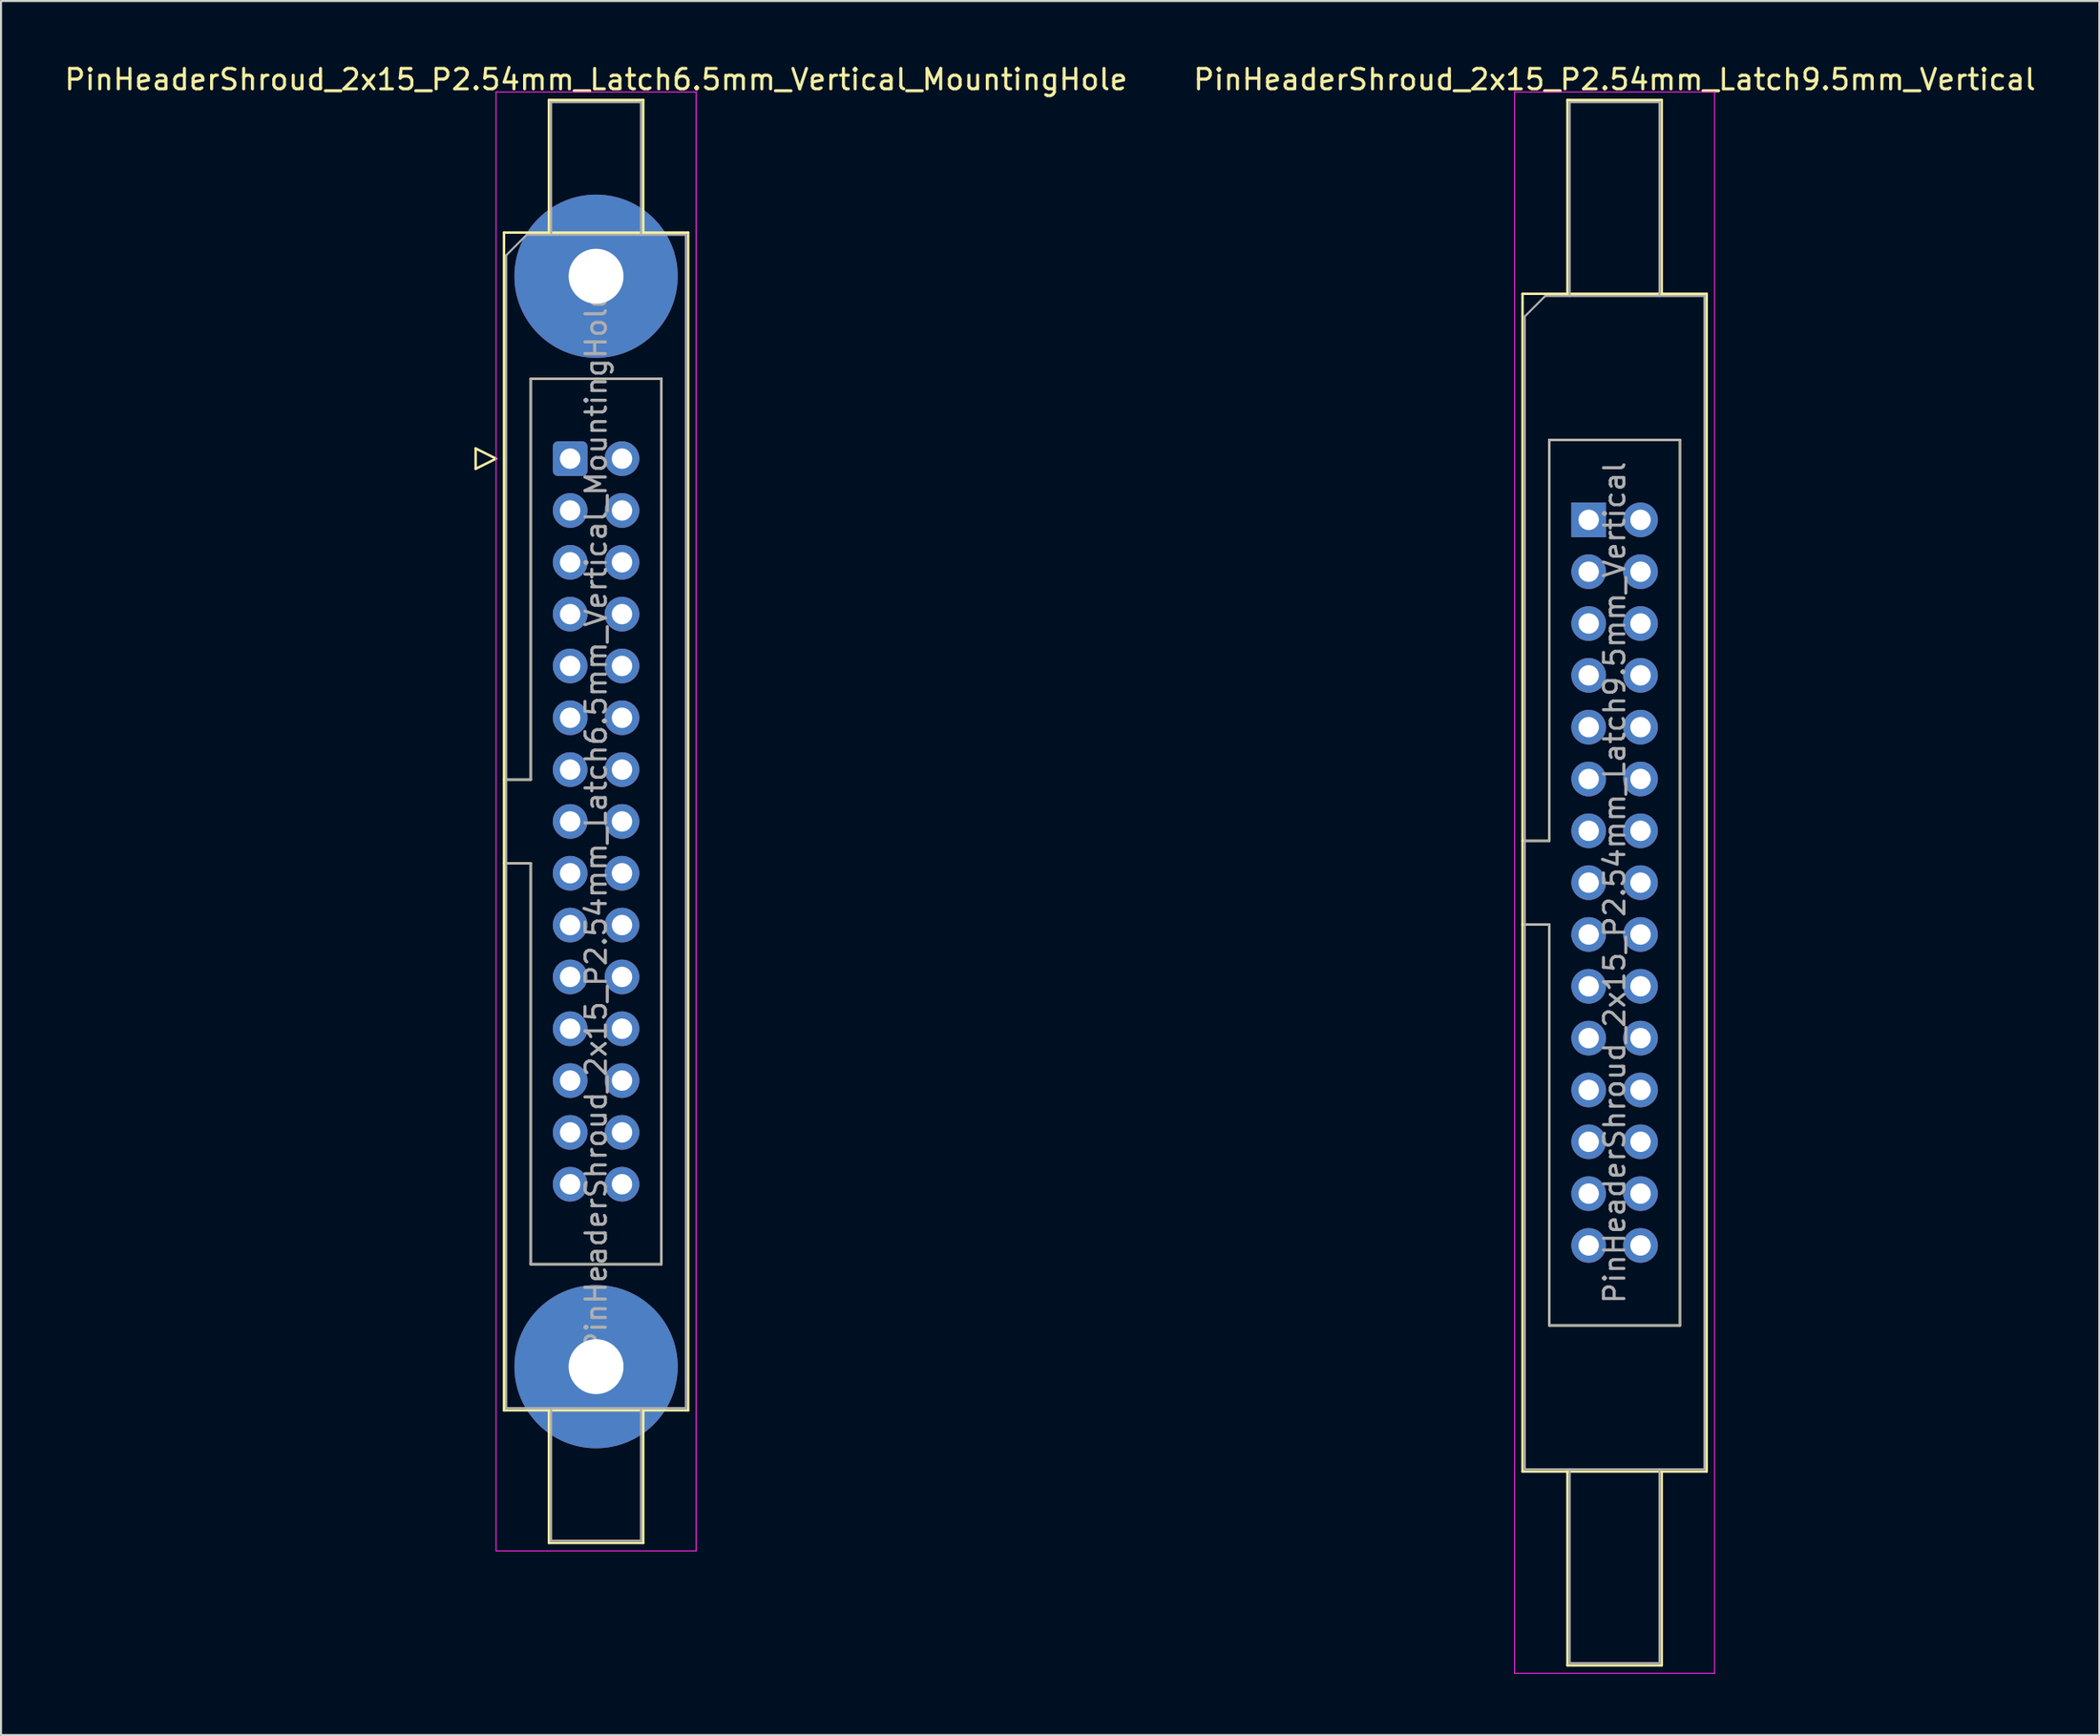
<source format=kicad_pcb>
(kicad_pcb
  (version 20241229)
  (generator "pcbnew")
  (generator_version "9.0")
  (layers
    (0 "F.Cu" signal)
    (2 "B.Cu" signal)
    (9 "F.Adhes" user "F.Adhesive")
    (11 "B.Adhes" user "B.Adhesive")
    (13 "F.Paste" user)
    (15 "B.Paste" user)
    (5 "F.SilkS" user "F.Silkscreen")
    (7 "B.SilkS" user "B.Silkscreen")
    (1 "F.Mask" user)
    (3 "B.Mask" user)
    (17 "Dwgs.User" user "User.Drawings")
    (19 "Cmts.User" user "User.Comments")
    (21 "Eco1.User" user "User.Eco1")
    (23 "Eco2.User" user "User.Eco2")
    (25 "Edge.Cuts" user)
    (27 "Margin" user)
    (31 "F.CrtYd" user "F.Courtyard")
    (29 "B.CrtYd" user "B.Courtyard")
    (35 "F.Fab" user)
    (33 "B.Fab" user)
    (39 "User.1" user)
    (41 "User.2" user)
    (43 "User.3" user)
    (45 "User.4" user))
  (footprint "PinHeaderShroud_2x15_P2.54mm_Latch6.5mm_Vertical_MountingHole"
    (layer "F.Cu")
    (at 24.879 19.428)
    (property "Reference" "PinHeaderShroud_2x15_P2.54mm_Latch6.5mm_Vertical_MountingHole" (at 1.27 -18.58 0) (layer "F.SilkS") (effects (font (size 1 1) (thickness 0.15))))
    (attr through_hole)
    (fp_line (start -4.63 -0.5) (end -4.63 0.5) (stroke (width 0.12) (type solid)) (layer "F.SilkS"))
    (fp_line (start -4.63 0.5) (end -3.63 0) (stroke (width 0.12) (type solid)) (layer "F.SilkS"))
    (fp_line (start -3.63 0) (end -4.63 -0.5) (stroke (width 0.12) (type solid)) (layer "F.SilkS"))
    (fp_line (start -3.24 -11.08) (end 5.78 -11.08) (stroke (width 0.12) (type solid)) (layer "F.SilkS"))
    (fp_line (start -3.24 15.73) (end -1.93 15.73) (stroke (width 0.12) (type solid)) (layer "F.SilkS"))
    (fp_line (start -3.24 19.83) (end -1.93 19.83) (stroke (width 0.12) (type solid)) (layer "F.SilkS"))
    (fp_line (start -3.24 46.64) (end -3.24 -11.08) (stroke (width 0.12) (type solid)) (layer "F.SilkS"))
    (fp_line (start -1.93 -3.92) (end 4.47 -3.92) (stroke (width 0.12) (type solid)) (layer "F.SilkS"))
    (fp_line (start -1.93 15.73) (end -1.93 -3.92) (stroke (width 0.12) (type solid)) (layer "F.SilkS"))
    (fp_line (start -1.93 39.48) (end -1.93 19.83) (stroke (width 0.12) (type solid)) (layer "F.SilkS"))
    (fp_line (start -1.04 -17.58) (end 3.58 -17.58) (stroke (width 0.12) (type solid)) (layer "F.SilkS"))
    (fp_line (start -1.04 -11.08) (end -1.04 -17.58) (stroke (width 0.12) (type solid)) (layer "F.SilkS"))
    (fp_line (start -1.04 46.64) (end -1.04 53.14) (stroke (width 0.12) (type solid)) (layer "F.SilkS"))
    (fp_line (start -1.04 53.14) (end 3.58 53.14) (stroke (width 0.12) (type solid)) (layer "F.SilkS"))
    (fp_line (start 3.58 -17.58) (end 3.58 -11.08) (stroke (width 0.12) (type solid)) (layer "F.SilkS"))
    (fp_line (start 3.58 53.14) (end 3.58 46.64) (stroke (width 0.12) (type solid)) (layer "F.SilkS"))
    (fp_line (start 4.47 -3.92) (end 4.47 39.48) (stroke (width 0.12) (type solid)) (layer "F.SilkS"))
    (fp_line (start 4.47 39.48) (end -1.93 39.48) (stroke (width 0.12) (type solid)) (layer "F.SilkS"))
    (fp_line (start 5.78 -11.08) (end 5.78 46.64) (stroke (width 0.12) (type solid)) (layer "F.SilkS"))
    (fp_line (start 5.78 46.64) (end -3.24 46.64) (stroke (width 0.12) (type solid)) (layer "F.SilkS"))
    (fp_line (start -3.63 -17.97) (end -3.63 53.53) (stroke (width 0.05) (type solid)) (layer "F.CrtYd"))
    (fp_line (start -3.63 53.53) (end 6.17 53.53) (stroke (width 0.05) (type solid)) (layer "F.CrtYd"))
    (fp_line (start 6.17 -17.97) (end -3.63 -17.97) (stroke (width 0.05) (type solid)) (layer "F.CrtYd"))
    (fp_line (start 6.17 53.53) (end 6.17 -17.97) (stroke (width 0.05) (type solid)) (layer "F.CrtYd"))
    (fp_line (start -3.13 -9.97) (end -2.13 -10.97) (stroke (width 0.1) (type solid)) (layer "F.Fab"))
    (fp_line (start -3.13 15.73) (end -1.93 15.73) (stroke (width 0.1) (type solid)) (layer "F.Fab"))
    (fp_line (start -3.13 19.83) (end -1.93 19.83) (stroke (width 0.1) (type solid)) (layer "F.Fab"))
    (fp_line (start -3.13 46.53) (end -3.13 -9.97) (stroke (width 0.1) (type solid)) (layer "F.Fab"))
    (fp_line (start -2.13 -10.97) (end 5.67 -10.97) (stroke (width 0.1) (type solid)) (layer "F.Fab"))
    (fp_line (start -1.93 -3.92) (end 4.47 -3.92) (stroke (width 0.1) (type solid)) (layer "F.Fab"))
    (fp_line (start -1.93 15.73) (end -1.93 -3.92) (stroke (width 0.1) (type solid)) (layer "F.Fab"))
    (fp_line (start -1.93 39.48) (end -1.93 19.83) (stroke (width 0.1) (type solid)) (layer "F.Fab"))
    (fp_line (start -0.93 -17.47) (end 3.47 -17.47) (stroke (width 0.1) (type solid)) (layer "F.Fab"))
    (fp_line (start -0.93 -10.97) (end -0.93 -17.47) (stroke (width 0.1) (type solid)) (layer "F.Fab"))
    (fp_line (start -0.93 46.53) (end -0.93 53.03) (stroke (width 0.1) (type solid)) (layer "F.Fab"))
    (fp_line (start -0.93 53.03) (end 3.47 53.03) (stroke (width 0.1) (type solid)) (layer "F.Fab"))
    (fp_line (start 3.47 -17.47) (end 3.47 -10.97) (stroke (width 0.1) (type solid)) (layer "F.Fab"))
    (fp_line (start 3.47 53.03) (end 3.47 46.53) (stroke (width 0.1) (type solid)) (layer "F.Fab"))
    (fp_line (start 4.47 -3.92) (end 4.47 39.48) (stroke (width 0.1) (type solid)) (layer "F.Fab"))
    (fp_line (start 4.47 39.48) (end -1.93 39.48) (stroke (width 0.1) (type solid)) (layer "F.Fab"))
    (fp_line (start 5.67 -10.97) (end 5.67 46.53) (stroke (width 0.1) (type solid)) (layer "F.Fab"))
    (fp_line (start 5.67 46.53) (end -3.13 46.53) (stroke (width 0.1) (type solid)) (layer "F.Fab"))
    (fp_text user "${REFERENCE}" (at 1.27 17.78 90) (layer "F.Fab") (effects (font (size 1 1) (thickness 0.15))))
    (pad "" thru_hole circle (at 1.27 -8.94) (size 8 8) (drill 2.69) (layers "*.Cu" "*.Mask"))
    (pad "" thru_hole circle (at 1.27 44.5) (size 8 8) (drill 2.69) (layers "*.Cu" "*.Mask"))
    (pad "1" thru_hole roundrect (at 0 0) (size 1.7 1.7) (drill 1) (layers "*.Cu" "*.Mask") (roundrect_rratio 0.147))
    (pad "2" thru_hole circle (at 2.54 0) (size 1.7 1.7) (drill 1) (layers "*.Cu" "*.Mask"))
    (pad "3" thru_hole circle (at 0 2.54) (size 1.7 1.7) (drill 1) (layers "*.Cu" "*.Mask"))
    (pad "4" thru_hole circle (at 2.54 2.54) (size 1.7 1.7) (drill 1) (layers "*.Cu" "*.Mask"))
    (pad "5" thru_hole circle (at 0 5.08) (size 1.7 1.7) (drill 1) (layers "*.Cu" "*.Mask"))
    (pad "6" thru_hole circle (at 2.54 5.08) (size 1.7 1.7) (drill 1) (layers "*.Cu" "*.Mask"))
    (pad "7" thru_hole circle (at 0 7.62) (size 1.7 1.7) (drill 1) (layers "*.Cu" "*.Mask"))
    (pad "8" thru_hole circle (at 2.54 7.62) (size 1.7 1.7) (drill 1) (layers "*.Cu" "*.Mask"))
    (pad "9" thru_hole circle (at 0 10.16) (size 1.7 1.7) (drill 1) (layers "*.Cu" "*.Mask"))
    (pad "10" thru_hole circle (at 2.54 10.16) (size 1.7 1.7) (drill 1) (layers "*.Cu" "*.Mask"))
    (pad "11" thru_hole circle (at 0 12.7) (size 1.7 1.7) (drill 1) (layers "*.Cu" "*.Mask"))
    (pad "12" thru_hole circle (at 2.54 12.7) (size 1.7 1.7) (drill 1) (layers "*.Cu" "*.Mask"))
    (pad "13" thru_hole circle (at 0 15.24) (size 1.7 1.7) (drill 1) (layers "*.Cu" "*.Mask"))
    (pad "14" thru_hole circle (at 2.54 15.24) (size 1.7 1.7) (drill 1) (layers "*.Cu" "*.Mask"))
    (pad "15" thru_hole circle (at 0 17.78) (size 1.7 1.7) (drill 1) (layers "*.Cu" "*.Mask"))
    (pad "16" thru_hole circle (at 2.54 17.78) (size 1.7 1.7) (drill 1) (layers "*.Cu" "*.Mask"))
    (pad "17" thru_hole circle (at 0 20.32) (size 1.7 1.7) (drill 1) (layers "*.Cu" "*.Mask"))
    (pad "18" thru_hole circle (at 2.54 20.32) (size 1.7 1.7) (drill 1) (layers "*.Cu" "*.Mask"))
    (pad "19" thru_hole circle (at 0 22.86) (size 1.7 1.7) (drill 1) (layers "*.Cu" "*.Mask"))
    (pad "20" thru_hole circle (at 2.54 22.86) (size 1.7 1.7) (drill 1) (layers "*.Cu" "*.Mask"))
    (pad "21" thru_hole circle (at 0 25.4) (size 1.7 1.7) (drill 1) (layers "*.Cu" "*.Mask"))
    (pad "22" thru_hole circle (at 2.54 25.4) (size 1.7 1.7) (drill 1) (layers "*.Cu" "*.Mask"))
    (pad "23" thru_hole circle (at 0 27.94) (size 1.7 1.7) (drill 1) (layers "*.Cu" "*.Mask"))
    (pad "24" thru_hole circle (at 2.54 27.94) (size 1.7 1.7) (drill 1) (layers "*.Cu" "*.Mask"))
    (pad "25" thru_hole circle (at 0 30.48) (size 1.7 1.7) (drill 1) (layers "*.Cu" "*.Mask"))
    (pad "26" thru_hole circle (at 2.54 30.48) (size 1.7 1.7) (drill 1) (layers "*.Cu" "*.Mask"))
    (pad "27" thru_hole circle (at 0 33.02) (size 1.7 1.7) (drill 1) (layers "*.Cu" "*.Mask"))
    (pad "28" thru_hole circle (at 2.54 33.02) (size 1.7 1.7) (drill 1) (layers "*.Cu" "*.Mask"))
    (pad "29" thru_hole circle (at 0 35.56) (size 1.7 1.7) (drill 1) (layers "*.Cu" "*.Mask"))
    (pad "30" thru_hole circle (at 2.54 35.56) (size 1.7 1.7) (drill 1) (layers "*.Cu" "*.Mask")))
  (footprint "PinHeaderShroud_2x15_P2.54mm_Latch9.5mm_Vertical"
    (layer "F.Cu")
    (at 74.772 22.428)
    (property "Reference" "PinHeaderShroud_2x15_P2.54mm_Latch9.5mm_Vertical" (at 1.27 -21.58 0) (layer "F.SilkS") (effects (font (size 1 1) (thickness 0.15))))
    (attr through_hole)
    (fp_line (start -3.24 -11.08) (end 5.78 -11.08) (stroke (width 0.12) (type solid)) (layer "F.SilkS"))
    (fp_line (start -3.24 15.73) (end -1.93 15.73) (stroke (width 0.12) (type solid)) (layer "F.SilkS"))
    (fp_line (start -3.24 19.83) (end -1.93 19.83) (stroke (width 0.12) (type solid)) (layer "F.SilkS"))
    (fp_line (start -3.24 46.64) (end -3.24 -11.08) (stroke (width 0.12) (type solid)) (layer "F.SilkS"))
    (fp_line (start -1.93 -3.92) (end 4.47 -3.92) (stroke (width 0.12) (type solid)) (layer "F.SilkS"))
    (fp_line (start -1.93 15.73) (end -1.93 -3.92) (stroke (width 0.12) (type solid)) (layer "F.SilkS"))
    (fp_line (start -1.93 39.48) (end -1.93 19.83) (stroke (width 0.12) (type solid)) (layer "F.SilkS"))
    (fp_line (start -1.04 -20.58) (end 3.58 -20.58) (stroke (width 0.12) (type solid)) (layer "F.SilkS"))
    (fp_line (start -1.04 -11.08) (end -1.04 -20.58) (stroke (width 0.12) (type solid)) (layer "F.SilkS"))
    (fp_line (start -1.04 46.64) (end -1.04 56.14) (stroke (width 0.12) (type solid)) (layer "F.SilkS"))
    (fp_line (start -1.04 56.14) (end 3.58 56.14) (stroke (width 0.12) (type solid)) (layer "F.SilkS"))
    (fp_line (start 3.58 -20.58) (end 3.58 -11.08) (stroke (width 0.12) (type solid)) (layer "F.SilkS"))
    (fp_line (start 3.58 56.14) (end 3.58 46.64) (stroke (width 0.12) (type solid)) (layer "F.SilkS"))
    (fp_line (start 4.47 -3.92) (end 4.47 39.48) (stroke (width 0.12) (type solid)) (layer "F.SilkS"))
    (fp_line (start 4.47 39.48) (end -1.93 39.48) (stroke (width 0.12) (type solid)) (layer "F.SilkS"))
    (fp_line (start 5.78 -11.08) (end 5.78 46.64) (stroke (width 0.12) (type solid)) (layer "F.SilkS"))
    (fp_line (start 5.78 46.64) (end -3.24 46.64) (stroke (width 0.12) (type solid)) (layer "F.SilkS"))
    (fp_line (start -3.63 -20.97) (end -3.63 56.53) (stroke (width 0.05) (type solid)) (layer "F.CrtYd"))
    (fp_line (start -3.63 56.53) (end 6.17 56.53) (stroke (width 0.05) (type solid)) (layer "F.CrtYd"))
    (fp_line (start 6.17 -20.97) (end -3.63 -20.97) (stroke (width 0.05) (type solid)) (layer "F.CrtYd"))
    (fp_line (start 6.17 56.53) (end 6.17 -20.97) (stroke (width 0.05) (type solid)) (layer "F.CrtYd"))
    (fp_line (start -3.13 -9.97) (end -2.13 -10.97) (stroke (width 0.1) (type solid)) (layer "F.Fab"))
    (fp_line (start -3.13 15.73) (end -1.93 15.73) (stroke (width 0.1) (type solid)) (layer "F.Fab"))
    (fp_line (start -3.13 19.83) (end -1.93 19.83) (stroke (width 0.1) (type solid)) (layer "F.Fab"))
    (fp_line (start -3.13 46.53) (end -3.13 -9.97) (stroke (width 0.1) (type solid)) (layer "F.Fab"))
    (fp_line (start -2.13 -10.97) (end 5.67 -10.97) (stroke (width 0.1) (type solid)) (layer "F.Fab"))
    (fp_line (start -1.93 -3.92) (end 4.47 -3.92) (stroke (width 0.1) (type solid)) (layer "F.Fab"))
    (fp_line (start -1.93 15.73) (end -1.93 -3.92) (stroke (width 0.1) (type solid)) (layer "F.Fab"))
    (fp_line (start -1.93 39.48) (end -1.93 19.83) (stroke (width 0.1) (type solid)) (layer "F.Fab"))
    (fp_line (start -0.93 -20.47) (end 3.47 -20.47) (stroke (width 0.1) (type solid)) (layer "F.Fab"))
    (fp_line (start -0.93 -10.97) (end -0.93 -20.47) (stroke (width 0.1) (type solid)) (layer "F.Fab"))
    (fp_line (start -0.93 46.53) (end -0.93 56.03) (stroke (width 0.1) (type solid)) (layer "F.Fab"))
    (fp_line (start -0.93 56.03) (end 3.47 56.03) (stroke (width 0.1) (type solid)) (layer "F.Fab"))
    (fp_line (start 3.47 -20.47) (end 3.47 -10.97) (stroke (width 0.1) (type solid)) (layer "F.Fab"))
    (fp_line (start 3.47 56.03) (end 3.47 46.53) (stroke (width 0.1) (type solid)) (layer "F.Fab"))
    (fp_line (start 4.47 -3.92) (end 4.47 39.48) (stroke (width 0.1) (type solid)) (layer "F.Fab"))
    (fp_line (start 4.47 39.48) (end -1.93 39.48) (stroke (width 0.1) (type solid)) (layer "F.Fab"))
    (fp_line (start 5.67 -10.97) (end 5.67 46.53) (stroke (width 0.1) (type solid)) (layer "F.Fab"))
    (fp_line (start 5.67 46.53) (end -3.13 46.53) (stroke (width 0.1) (type solid)) (layer "F.Fab"))
    (fp_text user "${REFERENCE}" (at 1.27 17.78 90) (layer "F.Fab") (effects (font (size 1 1) (thickness 0.15))))
    (pad "1" thru_hole rect (at 0 0) (size 1.7 1.7) (drill 1) (layers "*.Cu" "*.Mask"))
    (pad "2" thru_hole circle (at 2.54 0) (size 1.7 1.7) (drill 1) (layers "*.Cu" "*.Mask"))
    (pad "3" thru_hole circle (at 0 2.54) (size 1.7 1.7) (drill 1) (layers "*.Cu" "*.Mask"))
    (pad "4" thru_hole circle (at 2.54 2.54) (size 1.7 1.7) (drill 1) (layers "*.Cu" "*.Mask"))
    (pad "5" thru_hole circle (at 0 5.08) (size 1.7 1.7) (drill 1) (layers "*.Cu" "*.Mask"))
    (pad "6" thru_hole circle (at 2.54 5.08) (size 1.7 1.7) (drill 1) (layers "*.Cu" "*.Mask"))
    (pad "7" thru_hole circle (at 0 7.62) (size 1.7 1.7) (drill 1) (layers "*.Cu" "*.Mask"))
    (pad "8" thru_hole circle (at 2.54 7.62) (size 1.7 1.7) (drill 1) (layers "*.Cu" "*.Mask"))
    (pad "9" thru_hole circle (at 0 10.16) (size 1.7 1.7) (drill 1) (layers "*.Cu" "*.Mask"))
    (pad "10" thru_hole circle (at 2.54 10.16) (size 1.7 1.7) (drill 1) (layers "*.Cu" "*.Mask"))
    (pad "11" thru_hole circle (at 0 12.7) (size 1.7 1.7) (drill 1) (layers "*.Cu" "*.Mask"))
    (pad "12" thru_hole circle (at 2.54 12.7) (size 1.7 1.7) (drill 1) (layers "*.Cu" "*.Mask"))
    (pad "13" thru_hole circle (at 0 15.24) (size 1.7 1.7) (drill 1) (layers "*.Cu" "*.Mask"))
    (pad "14" thru_hole circle (at 2.54 15.24) (size 1.7 1.7) (drill 1) (layers "*.Cu" "*.Mask"))
    (pad "15" thru_hole circle (at 0 17.78) (size 1.7 1.7) (drill 1) (layers "*.Cu" "*.Mask"))
    (pad "16" thru_hole circle (at 2.54 17.78) (size 1.7 1.7) (drill 1) (layers "*.Cu" "*.Mask"))
    (pad "17" thru_hole circle (at 0 20.32) (size 1.7 1.7) (drill 1) (layers "*.Cu" "*.Mask"))
    (pad "18" thru_hole circle (at 2.54 20.32) (size 1.7 1.7) (drill 1) (layers "*.Cu" "*.Mask"))
    (pad "19" thru_hole circle (at 0 22.86) (size 1.7 1.7) (drill 1) (layers "*.Cu" "*.Mask"))
    (pad "20" thru_hole circle (at 2.54 22.86) (size 1.7 1.7) (drill 1) (layers "*.Cu" "*.Mask"))
    (pad "21" thru_hole circle (at 0 25.4) (size 1.7 1.7) (drill 1) (layers "*.Cu" "*.Mask"))
    (pad "22" thru_hole circle (at 2.54 25.4) (size 1.7 1.7) (drill 1) (layers "*.Cu" "*.Mask"))
    (pad "23" thru_hole circle (at 0 27.94) (size 1.7 1.7) (drill 1) (layers "*.Cu" "*.Mask"))
    (pad "24" thru_hole circle (at 2.54 27.94) (size 1.7 1.7) (drill 1) (layers "*.Cu" "*.Mask"))
    (pad "25" thru_hole circle (at 0 30.48) (size 1.7 1.7) (drill 1) (layers "*.Cu" "*.Mask"))
    (pad "26" thru_hole circle (at 2.54 30.48) (size 1.7 1.7) (drill 1) (layers "*.Cu" "*.Mask"))
    (pad "27" thru_hole circle (at 0 33.02) (size 1.7 1.7) (drill 1) (layers "*.Cu" "*.Mask"))
    (pad "28" thru_hole circle (at 2.54 33.02) (size 1.7 1.7) (drill 1) (layers "*.Cu" "*.Mask"))
    (pad "29" thru_hole circle (at 0 35.56) (size 1.7 1.7) (drill 1) (layers "*.Cu" "*.Mask"))
    (pad "30" thru_hole circle (at 2.54 35.56) (size 1.7 1.7) (drill 1) (layers "*.Cu" "*.Mask")))
  (gr_rect
    (start -3 -3)
    (end 99.786 81.983)
    (stroke (width 0.1) (type default))
    (fill no)
    (layer "Edge.Cuts")))
</source>
